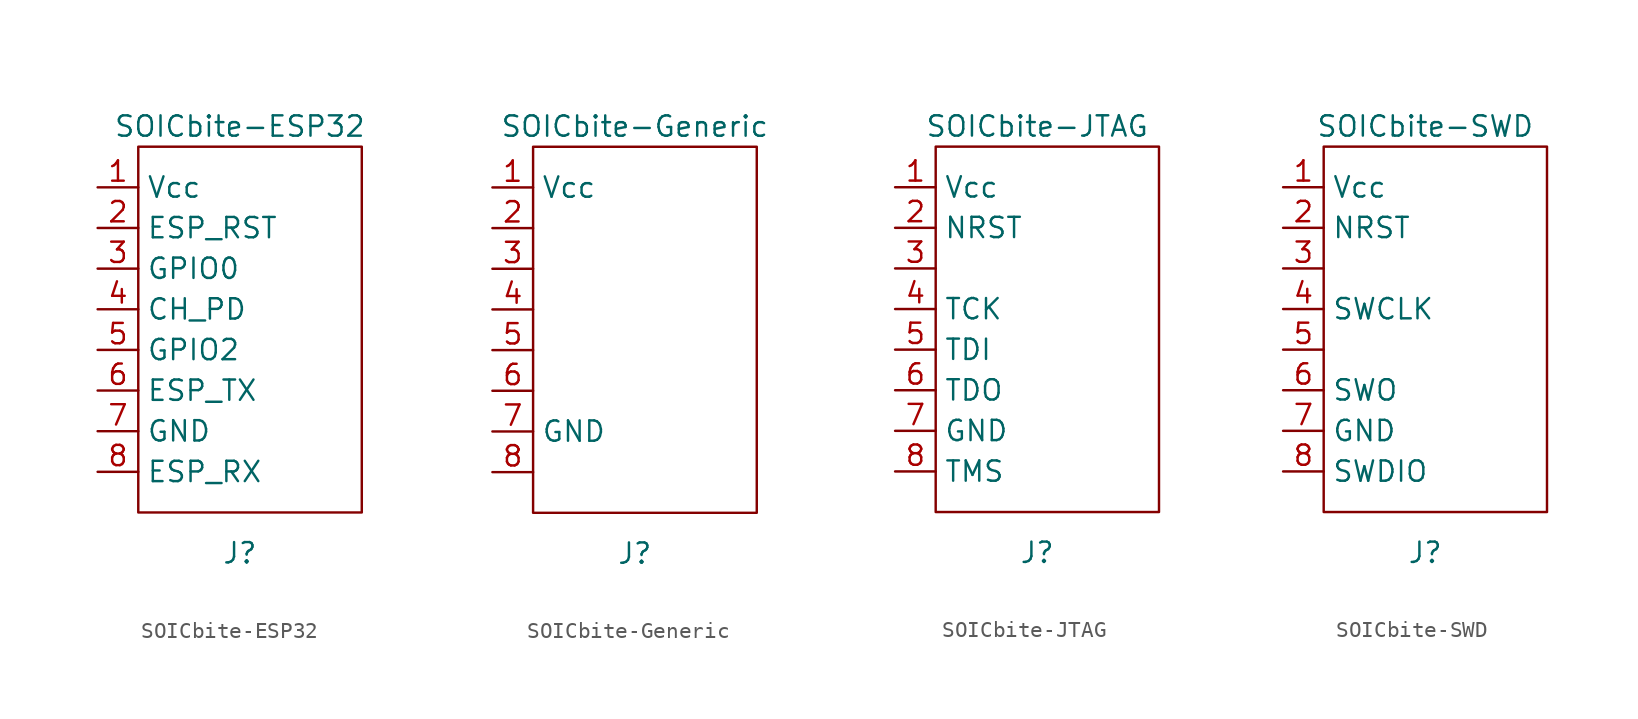
<source format=kicad_sym>
(kicad_symbol_lib
  (version 20211014)
  (generator kicad_symbol_editor)
  (symbol "SOICbite-ESP32"
    (property "Reference" "J"
      (at 0 -15.24 0)
      (effects (font (size 1.27 1.27))))
    (property "Value" "SOICbite-ESP32"
      (at 0 11.43 0)
      (effects (font (size 1.27 1.27))))
    (symbol "SOICbite-ESP32_0_1"
      (rectangle (start -6.35 10.16) (end 7.62 -12.7) (stroke (width 0) (type default) (color 0 0 0 0)) (fill (type none))))
    (symbol "SOICbite-ESP32_1_1"
      (pin output line (at -8.89 7.62 0) (length 2.54) (name "Vcc" (effects (font (size 1.27 1.27)))) (number "1" (effects (font (size 1.27 1.27)))))
      (pin output line (at -8.89 5.08 0) (length 2.54) (name "ESP_RST" (effects (font (size 1.27 1.27)))) (number "2" (effects (font (size 1.27 1.27)))))
      (pin output line (at -8.89 2.54 0) (length 2.54) (name "GPIO0" (effects (font (size 1.27 1.27)))) (number "3" (effects (font (size 1.27 1.27)))))
      (pin output line (at -8.89 0 0) (length 2.54) (name "CH_PD" (effects (font (size 1.27 1.27)))) (number "4" (effects (font (size 1.27 1.27)))))
      (pin output line (at -8.89 -2.54 0) (length 2.54) (name "GPIO2" (effects (font (size 1.27 1.27)))) (number "5" (effects (font (size 1.27 1.27)))))
      (pin input line (at -8.89 -5.08 0) (length 2.54) (name "ESP_TX" (effects (font (size 1.27 1.27)))) (number "6" (effects (font (size 1.27 1.27)))))
      (pin output line (at -8.89 -7.62 0) (length 2.54) (name "GND" (effects (font (size 1.27 1.27)))) (number "7" (effects (font (size 1.27 1.27)))))
      (pin output line (at -8.89 -10.16 0) (length 2.54) (name "ESP_RX" (effects (font (size 1.27 1.27)))) (number "8" (effects (font (size 1.27 1.27)))))))
  (symbol "SOICbite-Generic"
    (property "Reference" "J"
      (at 0 -15.24 0)
      (effects (font (size 1.27 1.27))))
    (property "Value" "SOICbite-Generic"
      (at 0 11.43 0)
      (effects (font (size 1.27 1.27))))
    (symbol "SOICbite-Generic_0_1"
      (rectangle (start -6.35 10.16) (end 7.62 -12.7) (stroke (width 0) (type default) (color 0 0 0 0)) (fill (type none))))
    (symbol "SOICbite-Generic_1_1"
      (pin output line (at -8.89 7.62 0) (length 2.54) (name "Vcc" (effects (font (size 1.27 1.27)))) (number "1" (effects (font (size 1.27 1.27)))))
      (pin output line (at -8.89 5.08 0) (length 2.54) (name "" (effects (font (size 1.27 1.27)))) (number "2" (effects (font (size 1.27 1.27)))))
      (pin output line (at -8.89 2.54 0) (length 2.54) (name "" (effects (font (size 1.27 1.27)))) (number "3" (effects (font (size 1.27 1.27)))))
      (pin output line (at -8.89 0 0) (length 2.54) (name "" (effects (font (size 1.27 1.27)))) (number "4" (effects (font (size 1.27 1.27)))))
      (pin output line (at -8.89 -2.54 0) (length 2.54) (name "" (effects (font (size 1.27 1.27)))) (number "5" (effects (font (size 1.27 1.27)))))
      (pin input line (at -8.89 -5.08 0) (length 2.54) (name "" (effects (font (size 1.27 1.27)))) (number "6" (effects (font (size 1.27 1.27)))))
      (pin output line (at -8.89 -7.62 0) (length 2.54) (name "GND" (effects (font (size 1.27 1.27)))) (number "7" (effects (font (size 1.27 1.27)))))
      (pin output line (at -8.89 -10.16 0) (length 2.54) (name "" (effects (font (size 1.27 1.27)))) (number "8" (effects (font (size 1.27 1.27)))))))
  (symbol "SOICbite-JTAG"
    (property "Reference" "J"
      (at 0 -15.24 0)
      (effects (font (size 1.27 1.27))))
    (property "Value" "SOICbite-JTAG"
      (at 0 11.43 0)
      (effects (font (size 1.27 1.27))))
    (symbol "SOICbite-JTAG_0_1"
      (rectangle (start -6.35 10.16) (end 7.62 -12.7) (stroke (width 0) (type default) (color 0 0 0 0)) (fill (type none))))
    (symbol "SOICbite-JTAG_1_1"
      (pin output line (at -8.89 7.62 0) (length 2.54) (name "Vcc" (effects (font (size 1.27 1.27)))) (number "1" (effects (font (size 1.27 1.27)))))
      (pin output line (at -8.89 5.08 0) (length 2.54) (name "NRST" (effects (font (size 1.27 1.27)))) (number "2" (effects (font (size 1.27 1.27)))))
      (pin output line (at -8.89 2.54 0) (length 2.54) (name "" (effects (font (size 1.27 1.27)))) (number "3" (effects (font (size 1.27 1.27)))))
      (pin output line (at -8.89 0 0) (length 2.54) (name "TCK" (effects (font (size 1.27 1.27)))) (number "4" (effects (font (size 1.27 1.27)))))
      (pin output line (at -8.89 -2.54 0) (length 2.54) (name "TDI" (effects (font (size 1.27 1.27)))) (number "5" (effects (font (size 1.27 1.27)))))
      (pin input line (at -8.89 -5.08 0) (length 2.54) (name "TDO" (effects (font (size 1.27 1.27)))) (number "6" (effects (font (size 1.27 1.27)))))
      (pin output line (at -8.89 -7.62 0) (length 2.54) (name "GND" (effects (font (size 1.27 1.27)))) (number "7" (effects (font (size 1.27 1.27)))))
      (pin bidirectional line (at -8.89 -10.16 0) (length 2.54) (name "TMS" (effects (font (size 1.27 1.27)))) (number "8" (effects (font (size 1.27 1.27)))))))
  (symbol "SOICbite-SWD"
    (property "Reference" "J"
      (at 0 -15.24 0)
      (effects (font (size 1.27 1.27))))
    (property "Value" "SOICbite-SWD"
      (at 0 11.43 0)
      (effects (font (size 1.27 1.27))))
    (symbol "SOICbite-SWD_0_1"
      (rectangle (start -6.35 10.16) (end 7.62 -12.7) (stroke (width 0) (type default) (color 0 0 0 0)) (fill (type none))))
    (symbol "SOICbite-SWD_1_1"
      (pin power_in line (at -8.89 7.62 0) (length 2.54) (name "Vcc" (effects (font (size 1.27 1.27)))) (number "1" (effects (font (size 1.27 1.27)))))
      (pin output line (at -8.89 5.08 0) (length 2.54) (name "NRST" (effects (font (size 1.27 1.27)))) (number "2" (effects (font (size 1.27 1.27)))))
      (pin output line (at -8.89 2.54 0) (length 2.54) (name "" (effects (font (size 1.27 1.27)))) (number "3" (effects (font (size 1.27 1.27)))))
      (pin output line (at -8.89 0 0) (length 2.54) (name "SWCLK" (effects (font (size 1.27 1.27)))) (number "4" (effects (font (size 1.27 1.27)))))
      (pin output line (at -8.89 -2.54 0) (length 2.54) (name "" (effects (font (size 1.27 1.27)))) (number "5" (effects (font (size 1.27 1.27)))))
      (pin input line (at -8.89 -5.08 0) (length 2.54) (name "SWO" (effects (font (size 1.27 1.27)))) (number "6" (effects (font (size 1.27 1.27)))))
      (pin power_in line (at -8.89 -7.62 0) (length 2.54) (name "GND" (effects (font (size 1.27 1.27)))) (number "7" (effects (font (size 1.27 1.27)))))
      (pin bidirectional line (at -8.89 -10.16 0) (length 2.54) (name "SWDIO" (effects (font (size 1.27 1.27)))) (number "8" (effects (font (size 1.27 1.27))))))))
</source>
